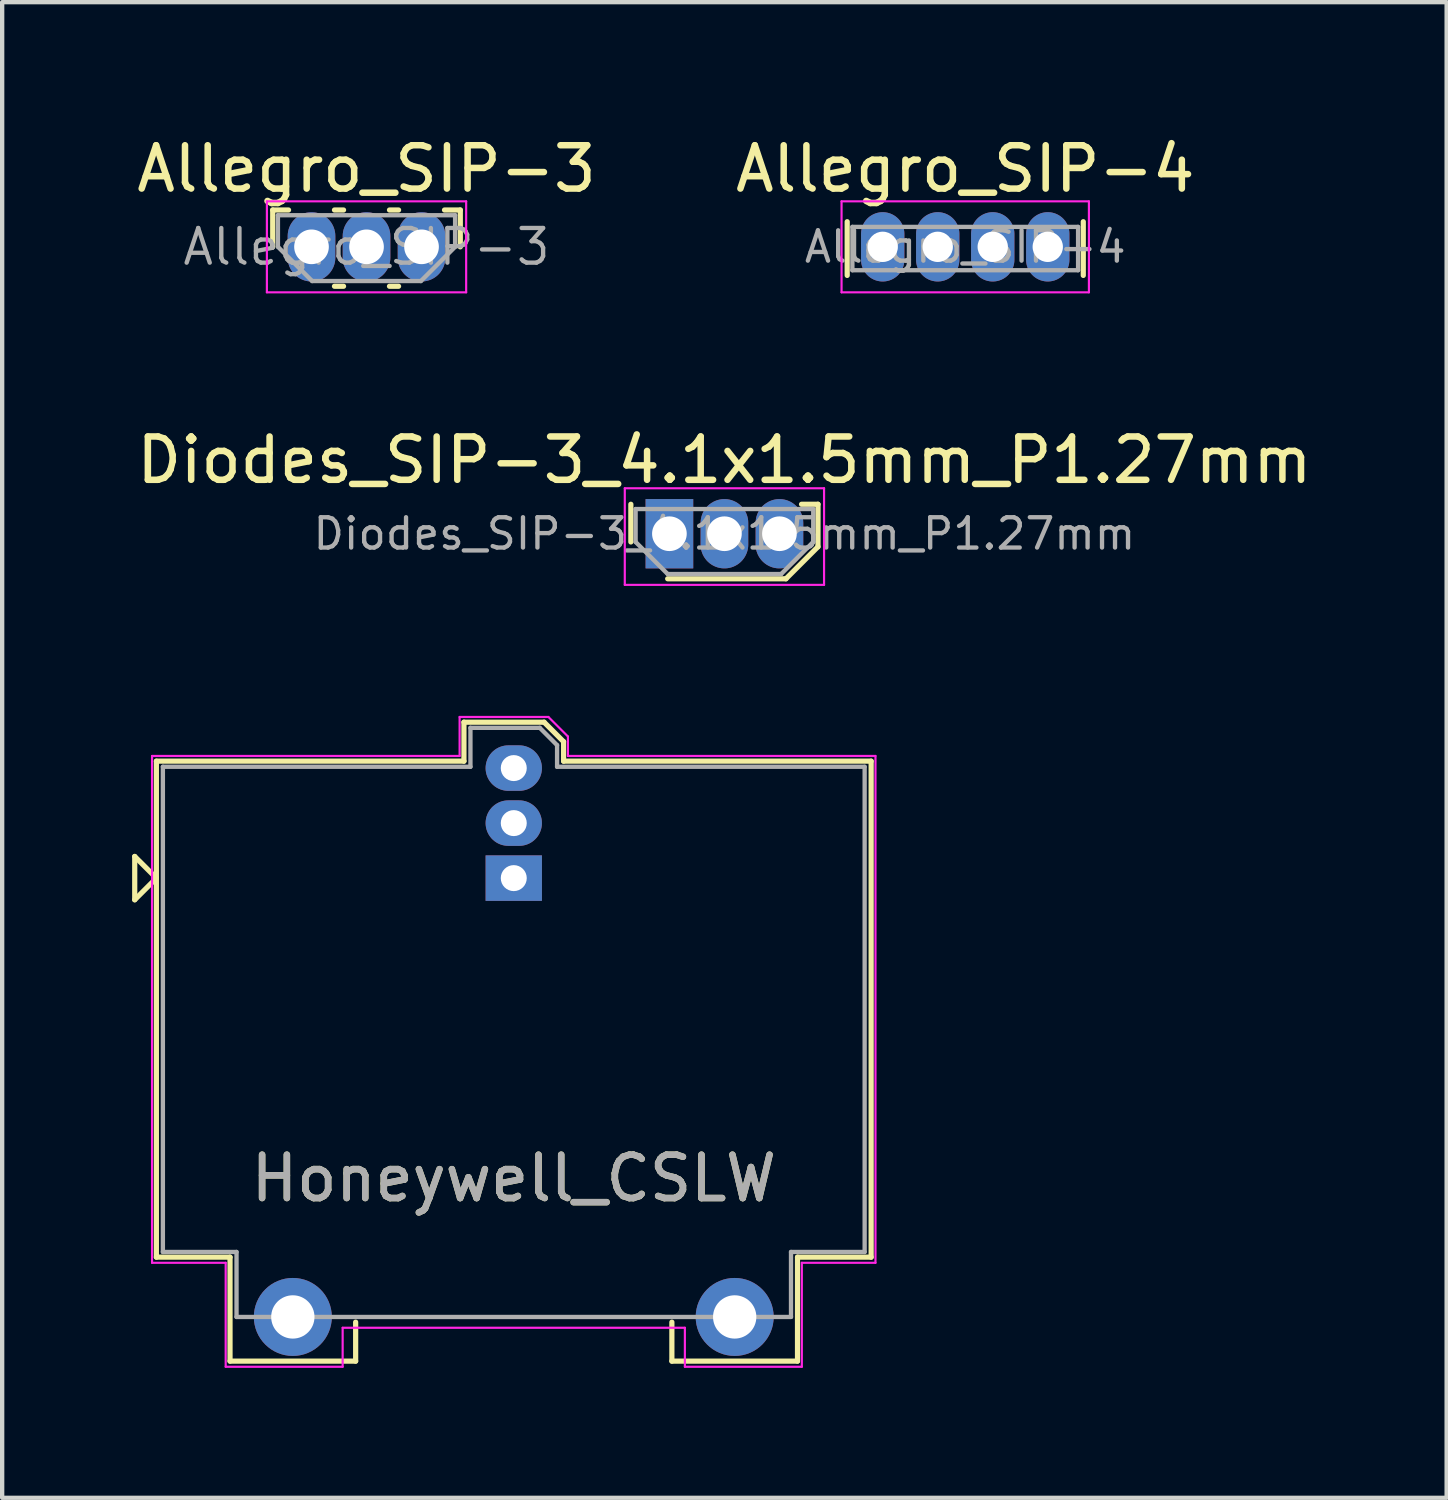
<source format=kicad_pcb>
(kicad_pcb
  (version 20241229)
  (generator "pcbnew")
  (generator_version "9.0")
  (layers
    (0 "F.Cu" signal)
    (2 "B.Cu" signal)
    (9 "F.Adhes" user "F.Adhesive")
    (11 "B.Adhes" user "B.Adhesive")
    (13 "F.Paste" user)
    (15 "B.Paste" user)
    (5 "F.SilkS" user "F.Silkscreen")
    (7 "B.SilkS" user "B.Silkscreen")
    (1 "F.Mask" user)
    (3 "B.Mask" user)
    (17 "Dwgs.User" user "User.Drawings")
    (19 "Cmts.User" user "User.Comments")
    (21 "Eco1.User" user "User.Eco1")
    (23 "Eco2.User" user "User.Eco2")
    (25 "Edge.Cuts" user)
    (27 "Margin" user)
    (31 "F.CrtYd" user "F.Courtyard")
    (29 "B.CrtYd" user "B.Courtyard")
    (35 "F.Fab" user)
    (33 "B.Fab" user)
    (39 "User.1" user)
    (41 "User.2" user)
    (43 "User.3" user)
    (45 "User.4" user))
  (footprint "Diodes_SIP-3_4.1x1.5mm_P1.27mm"
    (layer "F.Cu")
    (at 12.403 9.271)
    (property "Reference" "Diodes_SIP-3_4.1x1.5mm_P1.27mm" (at 1.27 -1.7 0) (layer "F.SilkS") (effects (font (size 1 1) (thickness 0.15))))
    (attr through_hole)
    (fp_line (start -0.89 -0.68) (end -0.89 0.19) (stroke (width 0.12) (type solid)) (layer "F.SilkS"))
    (fp_line (start -0.04 1.04) (end 2.69 1.04) (stroke (width 0.12) (type solid)) (layer "F.SilkS"))
    (fp_line (start 2.69 1.04) (end 3.43 0.3) (stroke (width 0.12) (type solid)) (layer "F.SilkS"))
    (fp_line (start 3.05 -0.68) (end 3.43 -0.68) (stroke (width 0.12) (type solid)) (layer "F.SilkS"))
    (fp_line (start 3.43 -0.68) (end 3.43 0.3) (stroke (width 0.12) (type solid)) (layer "F.SilkS"))
    (fp_line (start -1.03 -1.05) (end -1.03 1.18) (stroke (width 0.05) (type solid)) (layer "F.CrtYd"))
    (fp_line (start -1.03 1.18) (end 3.57 1.18) (stroke (width 0.05) (type solid)) (layer "F.CrtYd"))
    (fp_line (start 3.57 -1.05) (end -1.03 -1.05) (stroke (width 0.05) (type solid)) (layer "F.CrtYd"))
    (fp_line (start 3.57 -1.05) (end 3.57 1.18) (stroke (width 0.05) (type solid)) (layer "F.CrtYd"))
    (fp_line (start -0.78 -0.57) (end -0.78 0.19) (stroke (width 0.1) (type solid)) (layer "F.Fab"))
    (fp_line (start -0.78 -0.57) (end 3.32 -0.57) (stroke (width 0.1) (type solid)) (layer "F.Fab"))
    (fp_line (start -0.78 0.19) (end -0.04 0.93) (stroke (width 0.1) (type solid)) (layer "F.Fab"))
    (fp_line (start -0.04 0.93) (end 2.58 0.93) (stroke (width 0.1) (type solid)) (layer "F.Fab"))
    (fp_line (start 3.32 -0.57) (end 3.32 0.19) (stroke (width 0.1) (type solid)) (layer "F.Fab"))
    (fp_line (start 3.32 0.19) (end 2.58 0.93) (stroke (width 0.1) (type solid)) (layer "F.Fab"))
    (fp_text user "${REFERENCE}" (at 1.27 0 0) (layer "F.Fab") (effects (font (size 0.7 0.7) (thickness 0.1))))
    (pad "1" thru_hole rect (at 0 0) (size 1.1 1.6) (drill 0.8) (layers "*.Cu" "*.Mask"))
    (pad "2" thru_hole oval (at 1.27 0) (size 1.1 1.6) (drill 0.8) (layers "*.Cu" "*.Mask"))
    (pad "3" thru_hole oval (at 2.54 0) (size 1.1 1.6) (drill 0.8) (layers "*.Cu" "*.Mask")))
  (footprint "Allegro_SIP-3"
    (layer "F.Cu")
    (at 4.141 2.648)
    (property "Reference" "Allegro_SIP-3" (at 1.27 -1.8 0) (layer "F.SilkS") (effects (font (size 1 1) (thickness 0.15))))
    (attr through_hole)
    (fp_line (start -0.895 -0.85) (end -0.53 -0.85) (stroke (width 0.12) (type solid)) (layer "F.SilkS"))
    (fp_line (start -0.895 0) (end -0.895 -0.85) (stroke (width 0.12) (type solid)) (layer "F.SilkS"))
    (fp_line (start 0.74 -0.85) (end 0.53 -0.85) (stroke (width 0.12) (type solid)) (layer "F.SilkS"))
    (fp_line (start 0.74 0.91) (end 0.53 0.91) (stroke (width 0.12) (type solid)) (layer "F.SilkS"))
    (fp_line (start 2.01 -0.85) (end 1.8 -0.85) (stroke (width 0.12) (type solid)) (layer "F.SilkS"))
    (fp_line (start 2.01 0.91) (end 1.8 0.91) (stroke (width 0.12) (type solid)) (layer "F.SilkS"))
    (fp_line (start 3.435 -0.85) (end 3.07 -0.85) (stroke (width 0.12) (type solid)) (layer "F.SilkS"))
    (fp_line (start 3.435 -0.85) (end 3.435 0) (stroke (width 0.12) (type solid)) (layer "F.SilkS"))
    (fp_line (start -1.03 -1.05) (end -1.03 1.05) (stroke (width 0.05) (type solid)) (layer "F.CrtYd"))
    (fp_line (start -1.03 1.05) (end 3.57 1.05) (stroke (width 0.05) (type solid)) (layer "F.CrtYd"))
    (fp_line (start 3.57 -1.05) (end -1.03 -1.05) (stroke (width 0.05) (type solid)) (layer "F.CrtYd"))
    (fp_line (start 3.57 1.05) (end 3.57 -1.05) (stroke (width 0.05) (type solid)) (layer "F.CrtYd"))
    (fp_line (start -0.775 -0.73) (end 3.315 -0.73) (stroke (width 0.1) (type solid)) (layer "F.Fab"))
    (fp_line (start -0.775 0) (end -0.775 -0.73) (stroke (width 0.1) (type solid)) (layer "F.Fab"))
    (fp_line (start -0.775 0) (end 0.015 0.79) (stroke (width 0.1) (type solid)) (layer "F.Fab"))
    (fp_line (start 2.525 0.79) (end 0.015 0.79) (stroke (width 0.1) (type solid)) (layer "F.Fab"))
    (fp_line (start 3.315 -0.73) (end 3.315 0) (stroke (width 0.1) (type solid)) (layer "F.Fab"))
    (fp_line (start 3.315 0) (end 2.525 0.79) (stroke (width 0.1) (type solid)) (layer "F.Fab"))
    (fp_text user "${REFERENCE}" (at 1.27 0 0) (layer "F.Fab") (effects (font (size 0.8 0.8) (thickness 0.1))))
    (pad "1" thru_hole oval (at 0 0) (size 1.1 1.6) (drill 0.8) (layers "*.Cu" "*.Mask"))
    (pad "2" thru_hole oval (at 1.27 0) (size 1.1 1.6) (drill 0.8) (layers "*.Cu" "*.Mask"))
    (pad "3" thru_hole oval (at 2.54 0) (size 1.1 1.6) (drill 0.8) (layers "*.Cu" "*.Mask")))
  (footprint "Honeywell_CSLW"
    (layer "F.Cu")
    (at 8.81 17.221)
    (property "Reference" "Honeywell_CSLW" (at 0 6.93 0) (layer "F.SilkS") (effects (font (size 1 1) (thickness 0.15))))
    (attr through_hole)
    (fp_line (start -8.75 0.5) (end -8.75 -0.5) (stroke (width 0.12) (type solid)) (layer "F.SilkS"))
    (fp_line (start -8.25 -2.7) (end -8.25 8.75) (stroke (width 0.12) (type solid)) (layer "F.SilkS"))
    (fp_line (start -8.25 -2.7) (end -1.15 -2.7) (stroke (width 0.12) (type solid)) (layer "F.SilkS"))
    (fp_line (start -8.25 0) (end -8.75 -0.5) (stroke (width 0.12) (type solid)) (layer "F.SilkS"))
    (fp_line (start -8.25 0) (end -8.75 0.5) (stroke (width 0.12) (type solid)) (layer "F.SilkS"))
    (fp_line (start -8.25 8.75) (end -6.55 8.75) (stroke (width 0.12) (type solid)) (layer "F.SilkS"))
    (fp_line (start -6.55 8.75) (end -6.55 11.15) (stroke (width 0.12) (type solid)) (layer "F.SilkS"))
    (fp_line (start -6.55 11.15) (end -3.65 11.15) (stroke (width 0.12) (type solid)) (layer "F.SilkS"))
    (fp_line (start -3.65 11.15) (end -3.65 10.25) (stroke (width 0.12) (type solid)) (layer "F.SilkS"))
    (fp_line (start -1.15 -3.6) (end 0.7 -3.6) (stroke (width 0.12) (type solid)) (layer "F.SilkS"))
    (fp_line (start -1.15 -2.7) (end -1.15 -3.6) (stroke (width 0.12) (type solid)) (layer "F.SilkS"))
    (fp_line (start 0.7 -3.6) (end 1.15 -3.15) (stroke (width 0.12) (type solid)) (layer "F.SilkS"))
    (fp_line (start 1.15 -3.15) (end 1.15 -2.7) (stroke (width 0.12) (type solid)) (layer "F.SilkS"))
    (fp_line (start 1.15 -2.7) (end 8.25 -2.7) (stroke (width 0.12) (type solid)) (layer "F.SilkS"))
    (fp_line (start 3.65 11.15) (end 3.65 10.25) (stroke (width 0.12) (type solid)) (layer "F.SilkS"))
    (fp_line (start 6.55 8.75) (end 6.55 11.15) (stroke (width 0.12) (type solid)) (layer "F.SilkS"))
    (fp_line (start 6.55 11.15) (end 3.65 11.15) (stroke (width 0.12) (type solid)) (layer "F.SilkS"))
    (fp_line (start 8.25 -2.7) (end 8.25 8.75) (stroke (width 0.12) (type solid)) (layer "F.SilkS"))
    (fp_line (start 8.25 8.75) (end 6.55 8.75) (stroke (width 0.12) (type solid)) (layer "F.SilkS"))
    (fp_line (start -8.35 -2.82) (end -8.35 8.88) (stroke (width 0.05) (type solid)) (layer "F.CrtYd"))
    (fp_line (start -8.35 8.88) (end -6.65 8.88) (stroke (width 0.05) (type solid)) (layer "F.CrtYd"))
    (fp_line (start -6.65 8.88) (end -6.65 11.28) (stroke (width 0.05) (type solid)) (layer "F.CrtYd"))
    (fp_line (start -6.65 11.28) (end -3.95 11.28) (stroke (width 0.05) (type solid)) (layer "F.CrtYd"))
    (fp_line (start -3.95 10.38) (end 3.95 10.38) (stroke (width 0.05) (type solid)) (layer "F.CrtYd"))
    (fp_line (start -3.95 11.28) (end -3.95 10.38) (stroke (width 0.05) (type solid)) (layer "F.CrtYd"))
    (fp_line (start -1.25 -3.72) (end -1.25 -2.82) (stroke (width 0.05) (type solid)) (layer "F.CrtYd"))
    (fp_line (start -1.25 -2.82) (end -8.35 -2.82) (stroke (width 0.05) (type solid)) (layer "F.CrtYd"))
    (fp_line (start 0.8 -3.72) (end -1.25 -3.72) (stroke (width 0.05) (type solid)) (layer "F.CrtYd"))
    (fp_line (start 1.25 -3.27) (end 0.8 -3.72) (stroke (width 0.05) (type solid)) (layer "F.CrtYd"))
    (fp_line (start 1.25 -2.82) (end 1.25 -3.27) (stroke (width 0.05) (type solid)) (layer "F.CrtYd"))
    (fp_line (start 3.95 10.38) (end 3.95 11.28) (stroke (width 0.05) (type solid)) (layer "F.CrtYd"))
    (fp_line (start 3.95 11.28) (end 6.65 11.28) (stroke (width 0.05) (type solid)) (layer "F.CrtYd"))
    (fp_line (start 6.65 8.88) (end 8.35 8.88) (stroke (width 0.05) (type solid)) (layer "F.CrtYd"))
    (fp_line (start 6.65 11.28) (end 6.65 8.88) (stroke (width 0.05) (type solid)) (layer "F.CrtYd"))
    (fp_line (start 8.35 -2.82) (end 1.25 -2.82) (stroke (width 0.05) (type solid)) (layer "F.CrtYd"))
    (fp_line (start 8.35 8.88) (end 8.35 -2.82) (stroke (width 0.05) (type solid)) (layer "F.CrtYd"))
    (fp_line (start -8.1 -2.57) (end -8.1 8.63) (stroke (width 0.1) (type solid)) (layer "F.Fab"))
    (fp_line (start -8.1 8.63) (end -6.4 8.63) (stroke (width 0.1) (type solid)) (layer "F.Fab"))
    (fp_line (start -6.4 8.63) (end -6.4 10.13) (stroke (width 0.1) (type solid)) (layer "F.Fab"))
    (fp_line (start -6.4 10.13) (end 6.4 10.13) (stroke (width 0.1) (type solid)) (layer "F.Fab"))
    (fp_line (start -1 -3.47) (end -1 -2.57) (stroke (width 0.1) (type solid)) (layer "F.Fab"))
    (fp_line (start -1 -2.57) (end -8.1 -2.57) (stroke (width 0.1) (type solid)) (layer "F.Fab"))
    (fp_line (start 0.6 -3.47) (end -1 -3.47) (stroke (width 0.1) (type solid)) (layer "F.Fab"))
    (fp_line (start 1 -3.07) (end 0.6 -3.47) (stroke (width 0.1) (type solid)) (layer "F.Fab"))
    (fp_line (start 1 -2.57) (end 1 -3.07) (stroke (width 0.1) (type solid)) (layer "F.Fab"))
    (fp_line (start 6.4 8.63) (end 8.1 8.63) (stroke (width 0.1) (type solid)) (layer "F.Fab"))
    (fp_line (start 6.4 10.13) (end 6.4 8.63) (stroke (width 0.1) (type solid)) (layer "F.Fab"))
    (fp_line (start 8.1 -2.57) (end 1 -2.57) (stroke (width 0.1) (type solid)) (layer "F.Fab"))
    (fp_line (start 8.1 8.63) (end 8.1 -2.57) (stroke (width 0.1) (type solid)) (layer "F.Fab"))
    (fp_text user "${REFERENCE}" (at 0 6.93 0) (layer "F.Fab") (effects (font (size 1 1) (thickness 0.15))))
    (pad "1" thru_hole rect (at 0 0) (size 1.3 1.05) (drill 0.6) (layers "*.Cu" "*.Mask"))
    (pad "2" thru_hole oval (at 0 -1.27) (size 1.3 1.05) (drill 0.6) (layers "*.Cu" "*.Mask"))
    (pad "3" thru_hole oval (at 0 -2.54) (size 1.3 1.05) (drill 0.6) (layers "*.Cu" "*.Mask"))
    (pad "4" thru_hole circle (at -5.1 10.13) (size 1.8 1.8) (drill 1) (layers "*.Cu" "*.Mask"))
    (pad "5" thru_hole circle (at 5.1 10.13) (size 1.8 1.8) (drill 1) (layers "*.Cu" "*.Mask")))
  (footprint "Allegro_SIP-4"
    (layer "F.Cu")
    (at 17.327 2.648)
    (property "Reference" "Allegro_SIP-4" (at 1.905 -1.8 0) (layer "F.SilkS") (effects (font (size 1 1) (thickness 0.15))))
    (attr through_hole)
    (fp_line (start -0.82 0.66) (end -0.82 -0.58) (stroke (width 0.12) (type solid)) (layer "F.SilkS"))
    (fp_line (start 4.63 -0.58) (end 4.63 0.66) (stroke (width 0.12) (type solid)) (layer "F.SilkS"))
    (fp_line (start -0.95 -1.05) (end -0.95 1.05) (stroke (width 0.05) (type solid)) (layer "F.CrtYd"))
    (fp_line (start -0.95 1.05) (end 4.76 1.05) (stroke (width 0.05) (type solid)) (layer "F.CrtYd"))
    (fp_line (start 4.76 -1.05) (end -0.95 -1.05) (stroke (width 0.05) (type solid)) (layer "F.CrtYd"))
    (fp_line (start 4.76 1.05) (end 4.76 -1.05) (stroke (width 0.05) (type solid)) (layer "F.CrtYd"))
    (fp_line (start -0.7 -0.46) (end 4.51 -0.46) (stroke (width 0.1) (type solid)) (layer "F.Fab"))
    (fp_line (start -0.7 0.54) (end -0.7 -0.46) (stroke (width 0.1) (type solid)) (layer "F.Fab"))
    (fp_line (start 4.51 -0.46) (end 4.51 0.54) (stroke (width 0.1) (type solid)) (layer "F.Fab"))
    (fp_line (start 4.51 0.54) (end -0.7 0.54) (stroke (width 0.1) (type solid)) (layer "F.Fab"))
    (fp_text user "${REFERENCE}" (at 1.905 0 0) (layer "F.Fab") (effects (font (size 0.7 0.7) (thickness 0.1))))
    (pad "1" thru_hole oval (at 0 0) (size 1 1.6) (drill 0.7) (layers "*.Cu" "*.Mask"))
    (pad "2" thru_hole oval (at 1.27 0) (size 1 1.6) (drill 0.7) (layers "*.Cu" "*.Mask"))
    (pad "3" thru_hole oval (at 2.54 0) (size 1 1.6) (drill 0.7) (layers "*.Cu" "*.Mask"))
    (pad "4" thru_hole oval (at 3.81 0) (size 1 1.6) (drill 0.7) (layers "*.Cu" "*.Mask")))
  (gr_rect
    (start -3 -3)
    (end 30.345 31.526)
    (stroke (width 0.1) (type default))
    (fill no)
    (layer "Edge.Cuts")))
</source>
